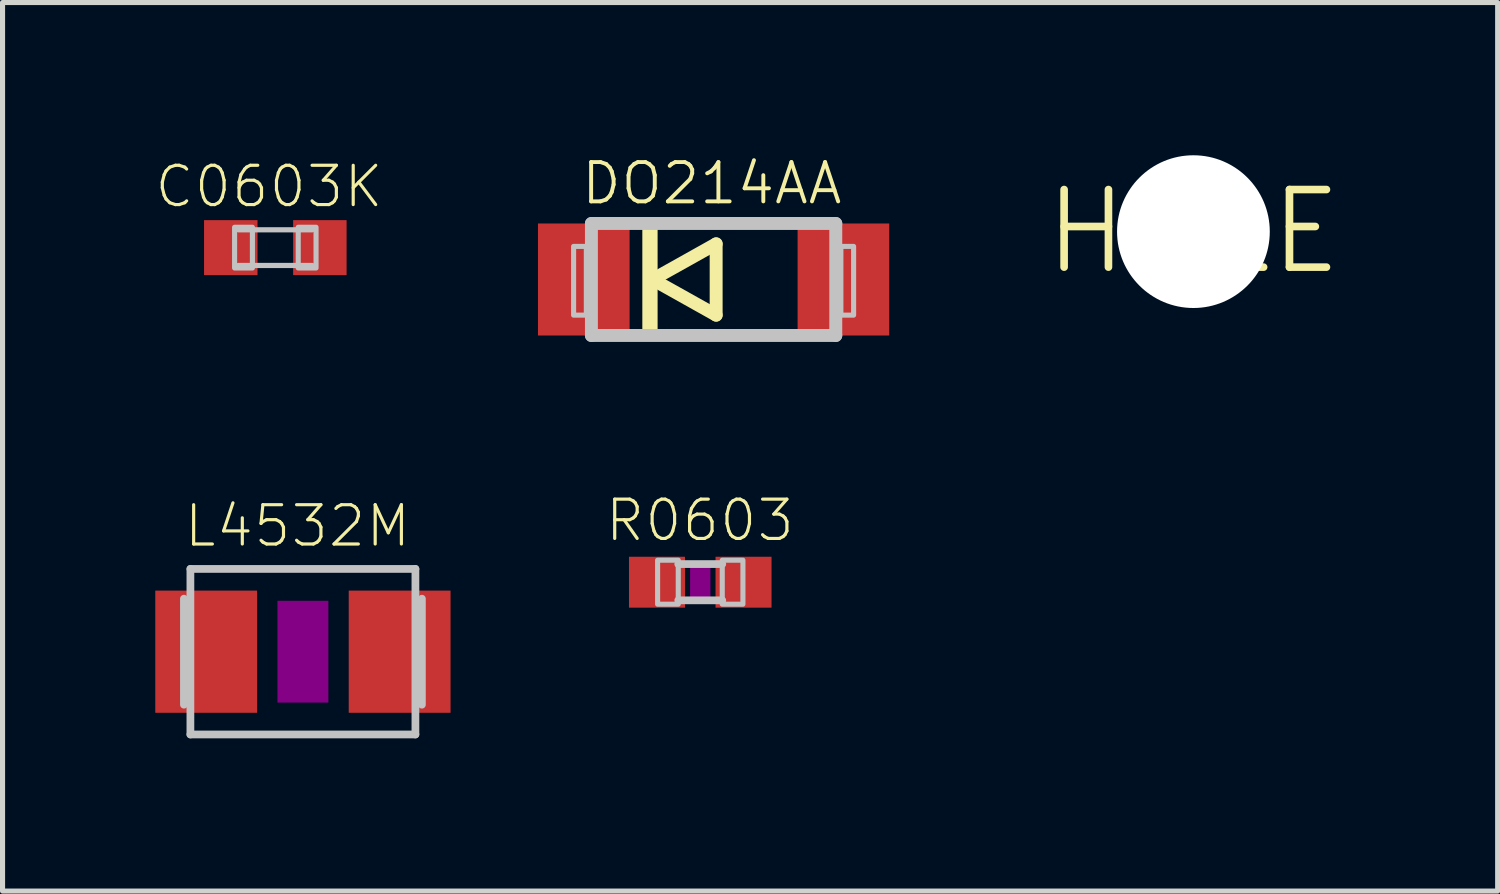
<source format=kicad_pcb>
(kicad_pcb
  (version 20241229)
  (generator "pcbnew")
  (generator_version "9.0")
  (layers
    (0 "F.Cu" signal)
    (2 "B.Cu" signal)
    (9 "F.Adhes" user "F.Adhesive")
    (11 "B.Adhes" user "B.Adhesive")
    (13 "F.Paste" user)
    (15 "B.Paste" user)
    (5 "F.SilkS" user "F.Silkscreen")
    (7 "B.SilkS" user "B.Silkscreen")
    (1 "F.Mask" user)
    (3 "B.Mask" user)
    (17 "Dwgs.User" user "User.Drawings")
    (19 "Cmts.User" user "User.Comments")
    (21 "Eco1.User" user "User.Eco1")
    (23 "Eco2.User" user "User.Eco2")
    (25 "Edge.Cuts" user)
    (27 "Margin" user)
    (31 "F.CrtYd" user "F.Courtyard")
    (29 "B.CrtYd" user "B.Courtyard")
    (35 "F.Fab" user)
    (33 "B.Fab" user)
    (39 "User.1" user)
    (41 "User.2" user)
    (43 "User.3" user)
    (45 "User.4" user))
  (footprint "R0603"
    (layer "F.Cu")
    (at 10.705 8.386)
    (property "Reference" "R0603" (at -1.905 -0.762 180) (layer "F.SilkS") (effects (font (size 0.772 0.772) (thickness 0.062)) (justify left bottom)))
    (attr through_hole)
    (fp_poly (pts (xy -0.2 0.4) (xy 0.2 0.4) (xy 0.2 -0.4) (xy -0.2 -0.4)) (stroke (width 0) (type solid)) (fill yes) (layer "F.Adhes"))
    (fp_line (start -0.432 0.356) (end 0.432 0.356) (stroke (width 0.152) (type solid)) (layer "Dwgs.User"))
    (fp_line (start 0.432 -0.356) (end -0.432 -0.356) (stroke (width 0.152) (type solid)) (layer "Dwgs.User"))
    (fp_poly (pts (xy -0.838 0.432) (xy -0.432 0.432) (xy -0.432 -0.432) (xy -0.838 -0.432)) (stroke (width 0.1) (type solid)) (fill no) (layer "Dwgs.User"))
    (fp_poly (pts (xy 0.432 0.432) (xy 0.838 0.432) (xy 0.838 -0.432) (xy 0.432 -0.432)) (stroke (width 0.1) (type solid)) (fill no) (layer "Dwgs.User"))
    (pad "1" smd rect (at -0.85 0) (size 1.1 1) (layers "F.Cu" "F.Mask" "F.Paste"))
    (pad "2" smd rect (at 0.85 0) (size 1.1 1) (layers "F.Cu" "F.Mask" "F.Paste")))
  (footprint "HOLE"
    (layer "F.Cu")
    (at 20.392 1.5)
    (property "Reference" "HOLE" (at 0 0 0) (layer "F.SilkS") (effects (font (size 1.524 1.524) (thickness 0.15))))
    (attr through_hole)
    (pad "" np_thru_hole circle (at 0 0) (size 3 3) (drill 3) (layers "*.Cu")))
  (footprint "L4532M"
    (layer "F.Cu")
    (at 2.9 9.751)
    (property "Reference" "L4532M" (at 2.159 -2.921 0) (layer "F.SilkS") (effects (font (size 0.772 0.772) (thickness 0.062)) (justify right top)))
    (attr through_hole)
    (fp_poly (pts (xy -0.5 1) (xy 0.5 1) (xy 0.5 -1) (xy -0.5 -1)) (stroke (width 0) (type solid)) (fill yes) (layer "F.Adhes"))
    (fp_line (start -2.337 -1.041) (end -2.337 1.041) (stroke (width 0.152) (type solid)) (layer "Dwgs.User"))
    (fp_line (start -2.21 -1.626) (end -2.21 1.626) (stroke (width 0.152) (type solid)) (layer "Dwgs.User"))
    (fp_line (start -2.21 1.626) (end 2.21 1.626) (stroke (width 0.152) (type solid)) (layer "Dwgs.User"))
    (fp_line (start 2.21 -1.626) (end -2.21 -1.626) (stroke (width 0.152) (type solid)) (layer "Dwgs.User"))
    (fp_line (start 2.21 -1.626) (end 2.21 1.626) (stroke (width 0.152) (type solid)) (layer "Dwgs.User"))
    (fp_line (start 2.337 -1.041) (end 2.337 1.041) (stroke (width 0.152) (type solid)) (layer "Dwgs.User"))
    (pad "1" smd rect (at -1.9 0) (size 2 2.4) (layers "F.Cu" "F.Mask" "F.Paste"))
    (pad "2" smd rect (at 1.9 0) (size 2 2.4) (layers "F.Cu" "F.Mask" "F.Paste")))
  (footprint "DO214AA"
    (layer "F.Cu")
    (at 10.967 2.44)
    (property "Reference" "DO214AA" (at -2.64 -1.436 180) (layer "F.SilkS") (effects (font (size 0.772 0.772) (thickness 0.077)) (justify left bottom)))
    (attr through_hole)
    (fp_line (start -1.2 0) (end 0.05 -0.7) (stroke (width 0.254) (type solid)) (layer "F.SilkS"))
    (fp_line (start 0.05 -0.7) (end 0.05 0.7) (stroke (width 0.254) (type solid)) (layer "F.SilkS"))
    (fp_line (start 0.05 0.7) (end -1.2 0) (stroke (width 0.254) (type solid)) (layer "F.SilkS"))
    (fp_poly (pts (xy -1.4 1.05) (xy -1.1 1.05) (xy -1.1 -1.05) (xy -1.4 -1.05)) (stroke (width 0) (type solid)) (fill yes) (layer "F.SilkS"))
    (fp_line (start -2.4 -1.1) (end 2.4 -1.1) (stroke (width 0.254) (type solid)) (layer "Dwgs.User"))
    (fp_line (start -2.4 1.1) (end -2.4 -1.1) (stroke (width 0.254) (type solid)) (layer "Dwgs.User"))
    (fp_line (start 2.4 -1.1) (end 2.4 1.1) (stroke (width 0.254) (type solid)) (layer "Dwgs.User"))
    (fp_line (start 2.4 1.1) (end -2.4 1.1) (stroke (width 0.254) (type solid)) (layer "Dwgs.User"))
    (fp_poly (pts (xy -2.75 0.7) (xy -2.5 0.7) (xy -2.5 -0.65) (xy -2.75 -0.65)) (stroke (width 0.1) (type solid)) (fill no) (layer "Dwgs.User"))
    (fp_poly (pts (xy 2.5 0.7) (xy 2.75 0.7) (xy 2.75 -0.65) (xy 2.5 -0.65)) (stroke (width 0.1) (type solid)) (fill no) (layer "Dwgs.User"))
    (pad "1" smd rect (at -2.55 0) (size 1.8 2.2) (layers "F.Cu" "F.Mask" "F.Paste"))
    (pad "2" smd rect (at 2.55 0) (size 1.8 2.2) (layers "F.Cu" "F.Mask" "F.Paste")))
  (footprint "C0603K"
    (layer "F.Cu")
    (at 2.358 1.814)
    (property "Reference" "C0603K" (at 2.159 -1.651 180) (layer "F.SilkS") (effects (font (size 0.772 0.772) (thickness 0.062)) (justify right top)))
    (attr through_hole)
    (fp_line (start -0.725 -0.35) (end 0.725 -0.35) (stroke (width 0.102) (type solid)) (layer "Dwgs.User"))
    (fp_line (start 0.725 0.35) (end -0.725 0.35) (stroke (width 0.102) (type solid)) (layer "Dwgs.User"))
    (fp_poly (pts (xy -0.8 0.4) (xy -0.45 0.4) (xy -0.45 -0.4) (xy -0.8 -0.4)) (stroke (width 0.1) (type solid)) (fill no) (layer "Dwgs.User"))
    (fp_poly (pts (xy 0.45 0.4) (xy 0.8 0.4) (xy 0.8 -0.4) (xy 0.45 -0.4)) (stroke (width 0.1) (type solid)) (fill no) (layer "Dwgs.User"))
    (pad "1" smd rect (at -0.875 0) (size 1.05 1.08) (layers "F.Cu" "F.Mask" "F.Paste"))
    (pad "2" smd rect (at 0.875 0) (size 1.05 1.08) (layers "F.Cu" "F.Mask" "F.Paste")))
  (gr_rect
    (start -3 -3)
    (end 26.368 14.453)
    (stroke (width 0.1) (type default))
    (fill no)
    (layer "Edge.Cuts")))
</source>
